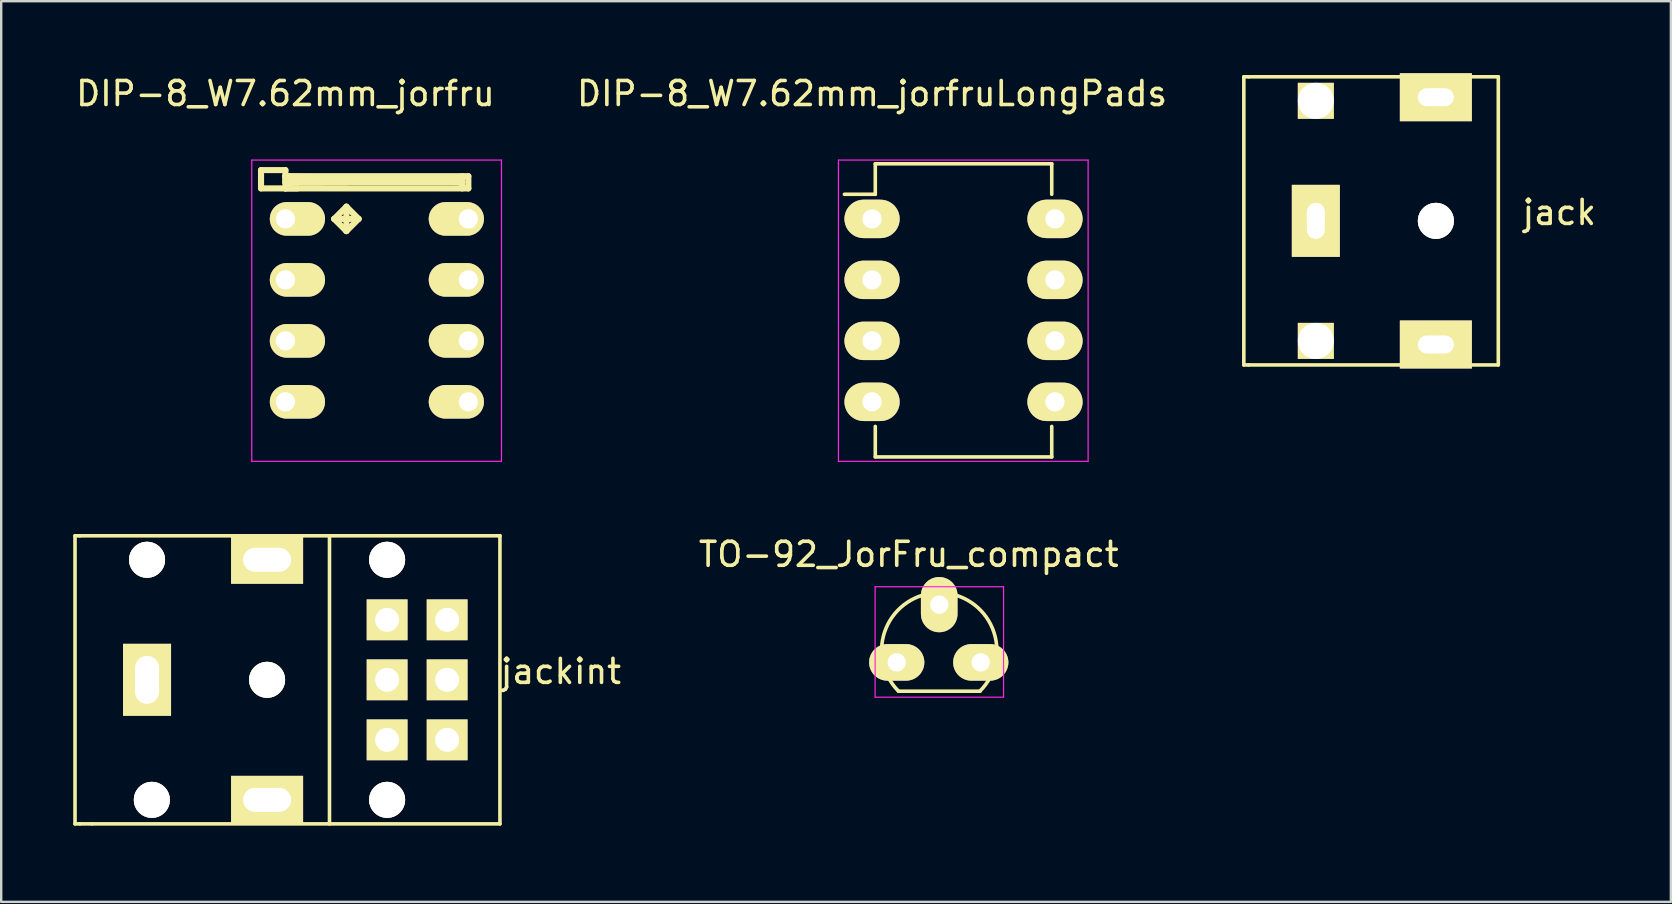
<source format=kicad_pcb>
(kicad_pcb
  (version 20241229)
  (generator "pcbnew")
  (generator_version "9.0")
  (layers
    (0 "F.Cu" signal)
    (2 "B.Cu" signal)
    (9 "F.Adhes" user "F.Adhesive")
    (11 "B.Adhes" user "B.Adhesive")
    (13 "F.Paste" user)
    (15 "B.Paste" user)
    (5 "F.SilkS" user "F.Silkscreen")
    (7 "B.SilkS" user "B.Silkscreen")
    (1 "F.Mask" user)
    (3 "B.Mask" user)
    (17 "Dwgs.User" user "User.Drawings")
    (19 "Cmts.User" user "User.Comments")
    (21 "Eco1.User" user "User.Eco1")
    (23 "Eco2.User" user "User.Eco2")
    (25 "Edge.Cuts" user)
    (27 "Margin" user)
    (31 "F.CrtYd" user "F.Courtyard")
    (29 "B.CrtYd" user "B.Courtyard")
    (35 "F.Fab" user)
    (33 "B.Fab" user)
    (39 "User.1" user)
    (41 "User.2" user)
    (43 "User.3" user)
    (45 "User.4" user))
  (footprint "DIP-8_W7.62mm_jorfruLongPads"
    (layer "F.Cu")
    (at 33.275 6.068)
    (property "Reference" "DIP-8_W7.62mm_jorfruLongPads" (at 0 -5.22 0) (layer "F.SilkS") (effects (font (size 1 1) (thickness 0.15))))
    (attr through_hole)
    (fp_line (start 0.135 -2.295) (end 0.135 -1.025) (stroke (width 0.15) (type solid)) (layer "F.SilkS"))
    (fp_line (start 0.135 -2.295) (end 7.485 -2.295) (stroke (width 0.15) (type solid)) (layer "F.SilkS"))
    (fp_line (start 0.135 -1.025) (end -1.15 -1.025) (stroke (width 0.15) (type solid)) (layer "F.SilkS"))
    (fp_line (start 0.135 9.915) (end 0.135 8.645) (stroke (width 0.15) (type solid)) (layer "F.SilkS"))
    (fp_line (start 0.135 9.915) (end 7.485 9.915) (stroke (width 0.15) (type solid)) (layer "F.SilkS"))
    (fp_line (start 7.485 -2.295) (end 7.485 -1.025) (stroke (width 0.15) (type solid)) (layer "F.SilkS"))
    (fp_line (start 7.485 9.915) (end 7.485 8.645) (stroke (width 0.15) (type solid)) (layer "F.SilkS"))
    (fp_line (start -1.4 -2.45) (end -1.4 10.1) (stroke (width 0.05) (type solid)) (layer "F.CrtYd"))
    (fp_line (start -1.4 -2.45) (end 9 -2.45) (stroke (width 0.05) (type solid)) (layer "F.CrtYd"))
    (fp_line (start -1.4 10.1) (end 9 10.1) (stroke (width 0.05) (type solid)) (layer "F.CrtYd"))
    (fp_line (start 9 -2.45) (end 9 10.1) (stroke (width 0.05) (type solid)) (layer "F.CrtYd"))
    (pad "1" thru_hole oval (at 0 0) (size 2.3 1.6) (drill 0.8) (layers "*.Cu" "*.Mask" "F.SilkS"))
    (pad "2" thru_hole oval (at 0 2.54) (size 2.3 1.6) (drill 0.8) (layers "*.Cu" "*.Mask" "F.SilkS"))
    (pad "3" thru_hole oval (at 0 5.08) (size 2.3 1.6) (drill 0.8) (layers "*.Cu" "*.Mask" "F.SilkS"))
    (pad "4" thru_hole oval (at 0 7.62) (size 2.3 1.6) (drill 0.8) (layers "*.Cu" "*.Mask" "F.SilkS"))
    (pad "5" thru_hole oval (at 7.62 7.62) (size 2.3 1.6) (drill 0.8) (layers "*.Cu" "*.Mask" "F.SilkS"))
    (pad "6" thru_hole oval (at 7.62 5.08) (size 2.3 1.6) (drill 0.8) (layers "*.Cu" "*.Mask" "F.SilkS"))
    (pad "7" thru_hole oval (at 7.62 2.54) (size 2.3 1.6) (drill 0.8) (layers "*.Cu" "*.Mask" "F.SilkS"))
    (pad "8" thru_hole oval (at 7.62 0) (size 2.3 1.6) (drill 0.8) (layers "*.Cu" "*.Mask" "F.SilkS")))
  (footprint "jackint"
    (layer "F.Cu")
    (at 17.775 31.268)
    (property "Reference" "jackint" (at 2.54 -6.35 0) (layer "F.SilkS") (effects (font (size 1 1) (thickness 0.15))))
    (attr through_hole)
    (fp_line (start -17.7 -12) (end -17.7 0) (stroke (width 0.15) (type solid)) (layer "F.SilkS"))
    (fp_line (start -17.5 -12) (end -17.7 -12) (stroke (width 0.15) (type solid)) (layer "F.SilkS"))
    (fp_line (start -17.5 0) (end -17.7 0) (stroke (width 0.15) (type solid)) (layer "F.SilkS"))
    (fp_line (start -17 0) (end -17.5 0) (stroke (width 0.15) (type solid)) (layer "F.SilkS"))
    (fp_line (start -7.1 0) (end -7.1 -12) (stroke (width 0.15) (type solid)) (layer "F.SilkS"))
    (fp_line (start 0 -12) (end -17.5 -12) (stroke (width 0.15) (type solid)) (layer "F.SilkS"))
    (fp_line (start 0 0) (end -17 0) (stroke (width 0.15) (type solid)) (layer "F.SilkS"))
    (fp_line (start 0 0) (end 0 -12) (stroke (width 0.15) (type solid)) (layer "F.SilkS"))
    (pad "" thru_hole circle (at -14.7 -11) (size 1.5 1.5) (drill 1.5) (layers "*.Cu" "*.Mask" "F.SilkS"))
    (pad "" thru_hole circle (at -14.5 -1) (size 1.5 1.5) (drill 1.5) (layers "*.Cu" "*.Mask" "F.SilkS"))
    (pad "" thru_hole circle (at -9.7 -6) (size 1.5 1.5) (drill 1.5) (layers "*.Cu" "*.Mask" "F.SilkS"))
    (pad "" thru_hole circle (at -4.7 -11) (size 1.5 1.5) (drill 1.5) (layers "*.Cu" "*.Mask" "F.SilkS"))
    (pad "" thru_hole circle (at -4.7 -1) (size 1.5 1.5) (drill 1.5) (layers "*.Cu" "*.Mask" "F.SilkS"))
    (pad "1" thru_hole rect (at -2.2 -6) (size 1.7 1.7) (drill 1) (layers "*.Cu" "*.Mask" "F.SilkS"))
    (pad "2" thru_hole rect (at -4.7 -6) (size 1.7 1.7) (drill 1) (layers "*.Cu" "*.Mask" "F.SilkS"))
    (pad "3" thru_hole rect (at -9.7 -1) (size 3 2) (drill oval 2 1) (layers "*.Cu" "*.Mask" "F.SilkS"))
    (pad "4" thru_hole rect (at -9.7 -11) (size 3 2) (drill oval 2 1) (layers "*.Cu" "*.Mask" "F.SilkS"))
    (pad "5" thru_hole rect (at -14.7 -6) (size 2 3) (drill oval 1 2) (layers "*.Cu" "*.Mask" "F.SilkS"))
    (pad "6" thru_hole rect (at -2.2 -8.5) (size 1.7 1.7) (drill 1) (layers "*.Cu" "*.Mask" "F.SilkS"))
    (pad "7" thru_hole rect (at -2.2 -3.5) (size 1.7 1.7) (drill 1) (layers "*.Cu" "*.Mask" "F.SilkS"))
    (pad "8" thru_hole rect (at -4.7 -8.5) (size 1.7 1.7) (drill 1) (layers "*.Cu" "*.Mask" "F.SilkS"))
    (pad "9" thru_hole rect (at -4.7 -3.5) (size 1.7 1.7) (drill 1) (layers "*.Cu" "*.Mask" "F.SilkS")))
  (footprint "jack"
    (layer "F.Cu")
    (at 59.361 12.15)
    (property "Reference" "jack" (at 2.54 -6.35 0) (layer "F.SilkS") (effects (font (size 1 1) (thickness 0.15))))
    (attr through_hole)
    (fp_line (start -10.6 -12) (end -10.6 0) (stroke (width 0.15) (type solid)) (layer "F.SilkS"))
    (fp_line (start -10.4 -12) (end -10.6 -12) (stroke (width 0.15) (type solid)) (layer "F.SilkS"))
    (fp_line (start -10.4 -12) (end 0 -12) (stroke (width 0.15) (type solid)) (layer "F.SilkS"))
    (fp_line (start -10.4 0) (end -10.6 0) (stroke (width 0.15) (type solid)) (layer "F.SilkS"))
    (fp_line (start 0 0) (end -10.4 0) (stroke (width 0.15) (type solid)) (layer "F.SilkS"))
    (fp_line (start 0 0) (end 0 -12) (stroke (width 0.15) (type solid)) (layer "F.SilkS"))
    (pad "" thru_hole rect (at -7.6 -11) (size 1.5 1.5) (drill 1.5) (layers "*.Cu" "*.Mask" "F.SilkS"))
    (pad "" thru_hole rect (at -7.6 -1) (size 1.5 1.5) (drill 1.5) (layers "*.Cu" "*.Mask" "F.SilkS"))
    (pad "" thru_hole circle (at -2.6 -6) (size 1.5 1.5) (drill 1.5) (layers "*.Cu" "*.Mask" "F.SilkS"))
    (pad "3" thru_hole rect (at -2.6 -0.85) (size 3 2) (drill oval 1.5 0.75) (layers "*.Cu" "*.Mask" "F.SilkS"))
    (pad "4" thru_hole rect (at -2.6 -11.15) (size 3 2) (drill oval 1.5 0.75) (layers "*.Cu" "*.Mask" "F.SilkS"))
    (pad "5" thru_hole rect (at -7.6 -6) (size 2 3) (drill oval 0.75 1.5) (layers "*.Cu" "*.Mask" "F.SilkS")))
  (footprint "DIP-8_W7.62mm_jorfru"
    (layer "F.Cu")
    (at 8.839 6.068)
    (property "Reference" "DIP-8_W7.62mm_jorfru" (at 0 -5.22 0) (layer "F.SilkS") (effects (font (size 1 1) (thickness 0.15))))
    (attr through_hole)
    (fp_line (start -1.016 -2.032) (end 0 -2.032) (stroke (width 0.254) (type solid)) (layer "F.SilkS"))
    (fp_line (start -1.016 -1.27) (end -1.016 -2.032) (stroke (width 0.254) (type solid)) (layer "F.SilkS"))
    (fp_line (start -1.016 -1.27) (end 0.508 -1.27) (stroke (width 0.254) (type solid)) (layer "F.SilkS"))
    (fp_line (start 0 -2.032) (end 0 -1.524) (stroke (width 0.254) (type solid)) (layer "F.SilkS"))
    (fp_line (start 0 -1.778) (end 0.508 -1.524) (stroke (width 0.254) (type solid)) (layer "F.SilkS"))
    (fp_line (start 0 -1.778) (end 7.62 -1.778) (stroke (width 0.254) (type solid)) (layer "F.SilkS"))
    (fp_line (start 0 -1.524) (end 1.524 -1.524) (stroke (width 0.254) (type solid)) (layer "F.SilkS"))
    (fp_line (start 0 -1.27) (end 0 -1.778) (stroke (width 0.254) (type solid)) (layer "F.SilkS"))
    (fp_line (start 0 -1.27) (end 0.254 -1.524) (stroke (width 0.254) (type solid)) (layer "F.SilkS"))
    (fp_line (start 0.254 -1.524) (end 7.366 -1.524) (stroke (width 0.254) (type solid)) (layer "F.SilkS"))
    (fp_line (start 0.508 -1.524) (end 2.54 -1.524) (stroke (width 0.254) (type solid)) (layer "F.SilkS"))
    (fp_line (start 2.032 0) (end 3.048 0) (stroke (width 0.254) (type solid)) (layer "F.SilkS"))
    (fp_line (start 2.54 -0.508) (end 2.032 0) (stroke (width 0.254) (type solid)) (layer "F.SilkS"))
    (fp_line (start 2.54 -0.508) (end 2.54 0.508) (stroke (width 0.254) (type solid)) (layer "F.SilkS"))
    (fp_line (start 2.54 0.508) (end 2.032 0) (stroke (width 0.254) (type solid)) (layer "F.SilkS"))
    (fp_line (start 2.54 0.508) (end 3.048 0) (stroke (width 0.254) (type solid)) (layer "F.SilkS"))
    (fp_line (start 3.048 0) (end 2.54 -0.508) (stroke (width 0.254) (type solid)) (layer "F.SilkS"))
    (fp_line (start 7.366 -1.524) (end 0 -1.778) (stroke (width 0.254) (type solid)) (layer "F.SilkS"))
    (fp_line (start 7.366 -1.27) (end 7.366 -1.778) (stroke (width 0.254) (type solid)) (layer "F.SilkS"))
    (fp_line (start 7.62 -1.778) (end 7.62 -1.27) (stroke (width 0.254) (type solid)) (layer "F.SilkS"))
    (fp_line (start 7.62 -1.27) (end 0 -1.27) (stroke (width 0.254) (type solid)) (layer "F.SilkS"))
    (fp_line (start -1.4 -2.45) (end -1.4 10.1) (stroke (width 0.05) (type solid)) (layer "F.CrtYd"))
    (fp_line (start -1.4 -2.45) (end 9 -2.45) (stroke (width 0.05) (type solid)) (layer "F.CrtYd"))
    (fp_line (start -1.4 10.1) (end 9 10.1) (stroke (width 0.05) (type solid)) (layer "F.CrtYd"))
    (fp_line (start 9 -2.45) (end 9 10.1) (stroke (width 0.05) (type solid)) (layer "F.CrtYd"))
    (pad "1" thru_hole oval (at 0 0) (size 2.3 1.4) (drill 0.8 (offset 0.5 0)) (layers "*.Cu" "*.Mask" "F.SilkS"))
    (pad "2" thru_hole oval (at 0 2.54) (size 2.3 1.4) (drill 0.8 (offset 0.5 0)) (layers "*.Cu" "*.Mask" "F.SilkS"))
    (pad "3" thru_hole oval (at 0 5.08) (size 2.3 1.4) (drill 0.8 (offset 0.5 0)) (layers "*.Cu" "*.Mask" "F.SilkS"))
    (pad "4" thru_hole oval (at 0 7.62) (size 2.3 1.4) (drill 0.8 (offset 0.5 0)) (layers "*.Cu" "*.Mask" "F.SilkS"))
    (pad "5" thru_hole oval (at 7.62 7.62) (size 2.3 1.4) (drill 0.8 (offset -0.5 0)) (layers "*.Cu" "*.Mask" "F.SilkS"))
    (pad "6" thru_hole oval (at 7.62 5.08) (size 2.3 1.4) (drill 0.8 (offset -0.5 0)) (layers "*.Cu" "*.Mask" "F.SilkS"))
    (pad "7" thru_hole oval (at 7.62 2.54) (size 2.3 1.4) (drill 0.8 (offset -0.5 0)) (layers "*.Cu" "*.Mask" "F.SilkS"))
    (pad "8" thru_hole oval (at 7.62 0) (size 2.3 1.4) (drill 0.8 (offset -0.5 0)) (layers "*.Cu" "*.Mask" "F.SilkS")))
  (footprint "TO-92_JorFru_compact"
    (layer "F.Cu")
    (at 34.803 24.041)
    (property "Reference" "TO-92_JorFru_compact" (at 0 -4 0) (layer "F.SilkS") (effects (font (size 1 1) (thickness 0.15))))
    (attr through_hole)
    (fp_line (start -0.43 1.7) (end 2.97 1.7) (stroke (width 0.15) (type solid)) (layer "F.SilkS"))
    (fp_arc (start -0.427056 1.697056) (mid -0.947311 -0.91844) (end 1.27 -2.4) (stroke (width 0.15) (type solid)) (layer "F.SilkS"))
    (fp_arc (start 1.27 -2.4) (mid 3.487311 -0.91844) (end 2.967056 1.697056) (stroke (width 0.15) (type solid)) (layer "F.SilkS"))
    (fp_line (start -1.4 -2.65) (end 3.95 -2.65) (stroke (width 0.05) (type solid)) (layer "F.CrtYd"))
    (fp_line (start -1.4 1.95) (end -1.4 -2.65) (stroke (width 0.05) (type solid)) (layer "F.CrtYd"))
    (fp_line (start -1.4 1.95) (end 3.95 1.95) (stroke (width 0.05) (type solid)) (layer "F.CrtYd"))
    (fp_line (start 3.95 1.95) (end 3.95 -2.65) (stroke (width 0.05) (type solid)) (layer "F.CrtYd"))
    (pad "1" thru_hole oval (at -0.5 0.5) (size 2.3 1.524) (drill 0.762) (layers "*.Cu" "*.Mask" "F.SilkS"))
    (pad "2" thru_hole oval (at 1.27 -1.905 90) (size 2.3 1.524) (drill 0.762) (layers "*.Cu" "*.Mask" "F.SilkS"))
    (pad "3" thru_hole oval (at 3 0.5) (size 2.3 1.524) (drill 0.762) (layers "*.Cu" "*.Mask" "F.SilkS")))
  (gr_rect
    (start -3 -3)
    (end 66.55 34.518)
    (stroke (width 0.1) (type default))
    (fill no)
    (layer "Edge.Cuts")))
</source>
